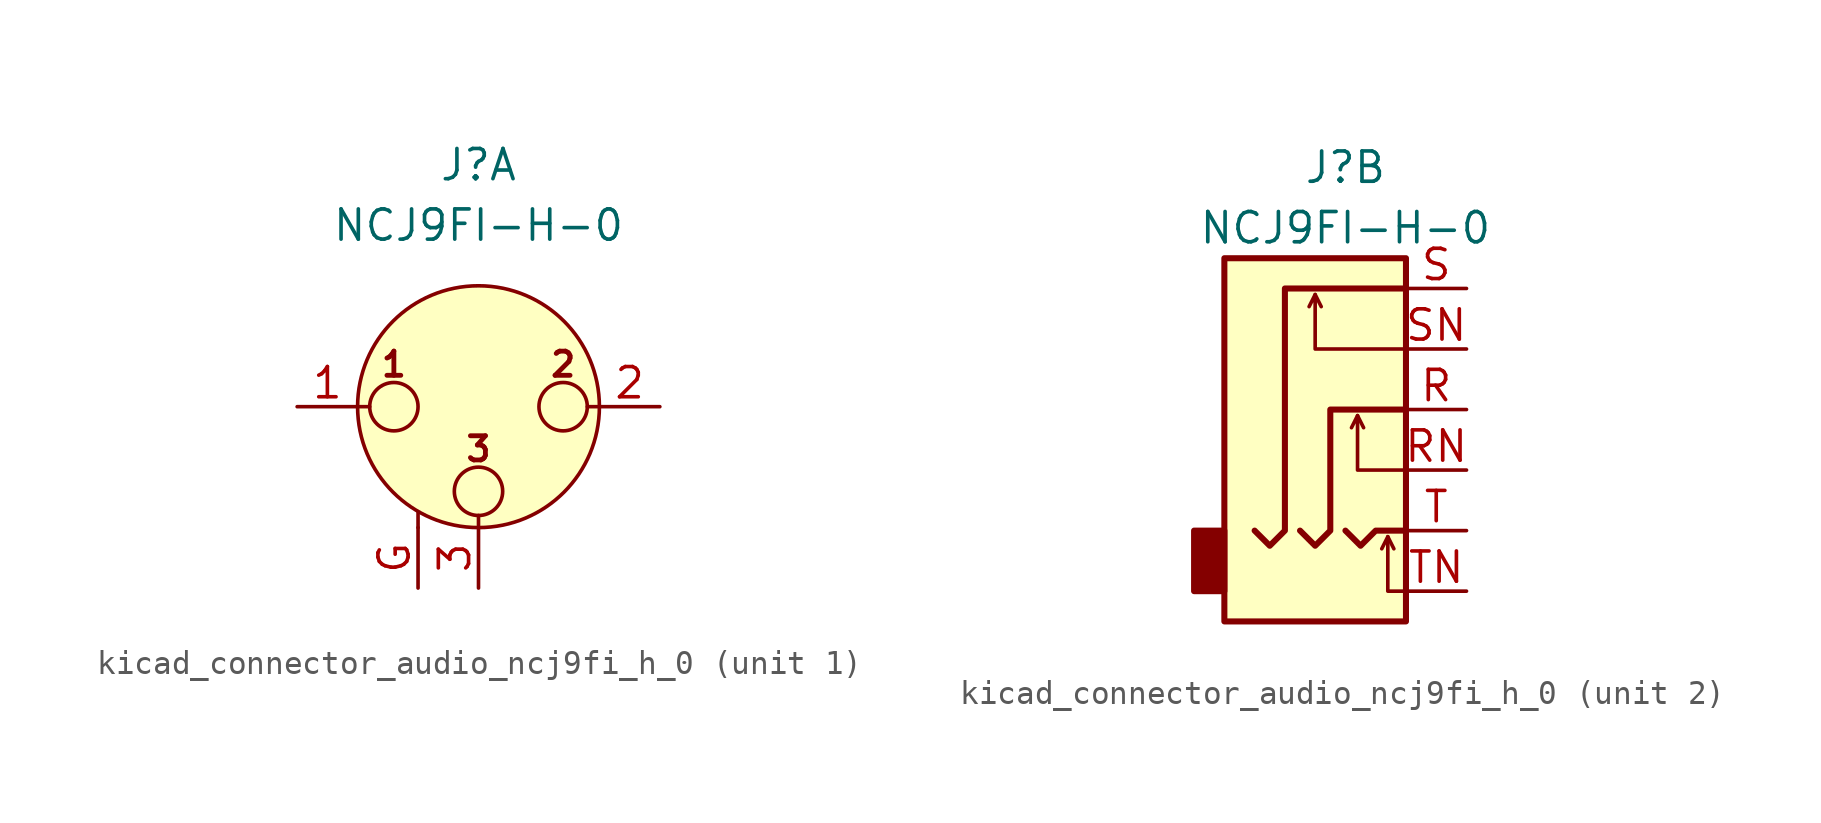
<source format=kicad_sym>
(kicad_symbol_lib
  (version 20220914)
  (generator kicad_symbol_editor)
  (symbol "kicad_connector_audio_ncj9fi_h_0"
    (pin_names hide)
    (property "Reference" "J"
      (at 0 10.16 0)
      (effects (font (size 1.27 1.27))))
    (property "Value" "NCJ9FI-H-0"
      (at 0 7.62 0)
      (effects (font (size 1.27 1.27))))
    (symbol "kicad_connector_audio_ncj9fi_h_0_1_1"
      (circle (center -3.556 0) (radius 1.016) (stroke (width 0) (type default)) (fill (type none)))
      (circle (center 0 -3.556) (radius 1.016) (stroke (width 0) (type default)) (fill (type none)))
      (polyline (pts (xy -5.08 0) (xy -4.572 0)) (stroke (width 0) (type default)) (fill (type none)))
      (polyline (pts (xy -2.54 -5.08) (xy -2.54 -4.445)) (stroke (width 0) (type default)) (fill (type none)))
      (polyline (pts (xy 0 -5.08) (xy 0 -4.572)) (stroke (width 0) (type default)) (fill (type none)))
      (polyline (pts (xy 5.08 0) (xy 4.572 0)) (stroke (width 0) (type default)) (fill (type none)))
      (circle (center 0 0) (radius 5.08) (stroke (width 0) (type default)) (fill (type background)))
      (circle (center 3.556 0) (radius 1.016) (stroke (width 0) (type default)) (fill (type none)))
      (text "1" (at -3.556 1.778 0) (effects (font (size 1.016 1.016) bold)))
      (text "2" (at 3.556 1.778 0) (effects (font (size 1.016 1.016) bold)))
      (text "3" (at 0 -1.778 0) (effects (font (size 1.016 1.016) bold)))
      (pin passive line (at -7.62 0 0) (length 2.54) (name "~" (effects (font (size 1.27 1.27)))) (number "1" (effects (font (size 1.27 1.27)))))
      (pin passive line (at 7.62 0 180) (length 2.54) (name "~" (effects (font (size 1.27 1.27)))) (number "2" (effects (font (size 1.27 1.27)))))
      (pin passive line (at 0 -7.62 90) (length 2.54) (name "~" (effects (font (size 1.27 1.27)))) (number "3" (effects (font (size 1.27 1.27)))))
      (pin passive line (at -2.54 -7.62 90) (length 2.54) (name "~" (effects (font (size 1.27 1.27)))) (number "G" (effects (font (size 1.27 1.27))))))
    (symbol "kicad_connector_audio_ncj9fi_h_0_2_1"
      (rectangle (start -5.08 -5.08) (end -6.35 -7.62) (stroke (width 0.254) (type default)) (fill (type outline)))
      (polyline (pts (xy -1.27 4.826) (xy -1.016 4.318)) (stroke (width 0) (type default)) (fill (type none)))
      (polyline (pts (xy 0.508 -0.254) (xy 0.762 -0.762)) (stroke (width 0) (type default)) (fill (type none)))
      (polyline (pts (xy 1.778 -5.334) (xy 2.032 -5.842)) (stroke (width 0) (type default)) (fill (type none)))
      (polyline (pts (xy 0 -5.08) (xy 0.635 -5.715) (xy 1.27 -5.08) (xy 2.54 -5.08)) (stroke (width 0.254) (type default)) (fill (type none)))
      (polyline (pts (xy 2.54 -7.62) (xy 1.778 -7.62) (xy 1.778 -5.334) (xy 1.524 -5.842)) (stroke (width 0) (type default)) (fill (type none)))
      (polyline (pts (xy 2.54 -2.54) (xy 0.508 -2.54) (xy 0.508 -0.254) (xy 0.254 -0.762)) (stroke (width 0) (type default)) (fill (type none)))
      (polyline (pts (xy 2.54 2.54) (xy -1.27 2.54) (xy -1.27 4.826) (xy -1.524 4.318)) (stroke (width 0) (type default)) (fill (type none)))
      (polyline (pts (xy -1.905 -5.08) (xy -1.27 -5.715) (xy -0.635 -5.08) (xy -0.635 0) (xy 2.54 0)) (stroke (width 0.254) (type default)) (fill (type none)))
      (polyline (pts (xy 2.54 5.08) (xy -2.54 5.08) (xy -2.54 -5.08) (xy -3.175 -5.715) (xy -3.81 -5.08)) (stroke (width 0.254) (type default)) (fill (type none)))
      (rectangle (start 2.54 6.35) (end -5.08 -8.89) (stroke (width 0.254) (type default)) (fill (type background)))
      (pin passive line (at 5.08 0 180) (length 2.54) (name "~" (effects (font (size 1.27 1.27)))) (number "R" (effects (font (size 1.27 1.27)))))
      (pin passive line (at 5.08 -2.54 180) (length 2.54) (name "~" (effects (font (size 1.27 1.27)))) (number "RN" (effects (font (size 1.27 1.27)))))
      (pin passive line (at 5.08 5.08 180) (length 2.54) (name "~" (effects (font (size 1.27 1.27)))) (number "S" (effects (font (size 1.27 1.27)))))
      (pin passive line (at 5.08 2.54 180) (length 2.54) (name "~" (effects (font (size 1.27 1.27)))) (number "SN" (effects (font (size 1.27 1.27)))))
      (pin passive line (at 5.08 -5.08 180) (length 2.54) (name "~" (effects (font (size 1.27 1.27)))) (number "T" (effects (font (size 1.27 1.27)))))
      (pin passive line (at 5.08 -7.62 180) (length 2.54) (name "~" (effects (font (size 1.27 1.27)))) (number "TN" (effects (font (size 1.27 1.27))))))))
</source>
